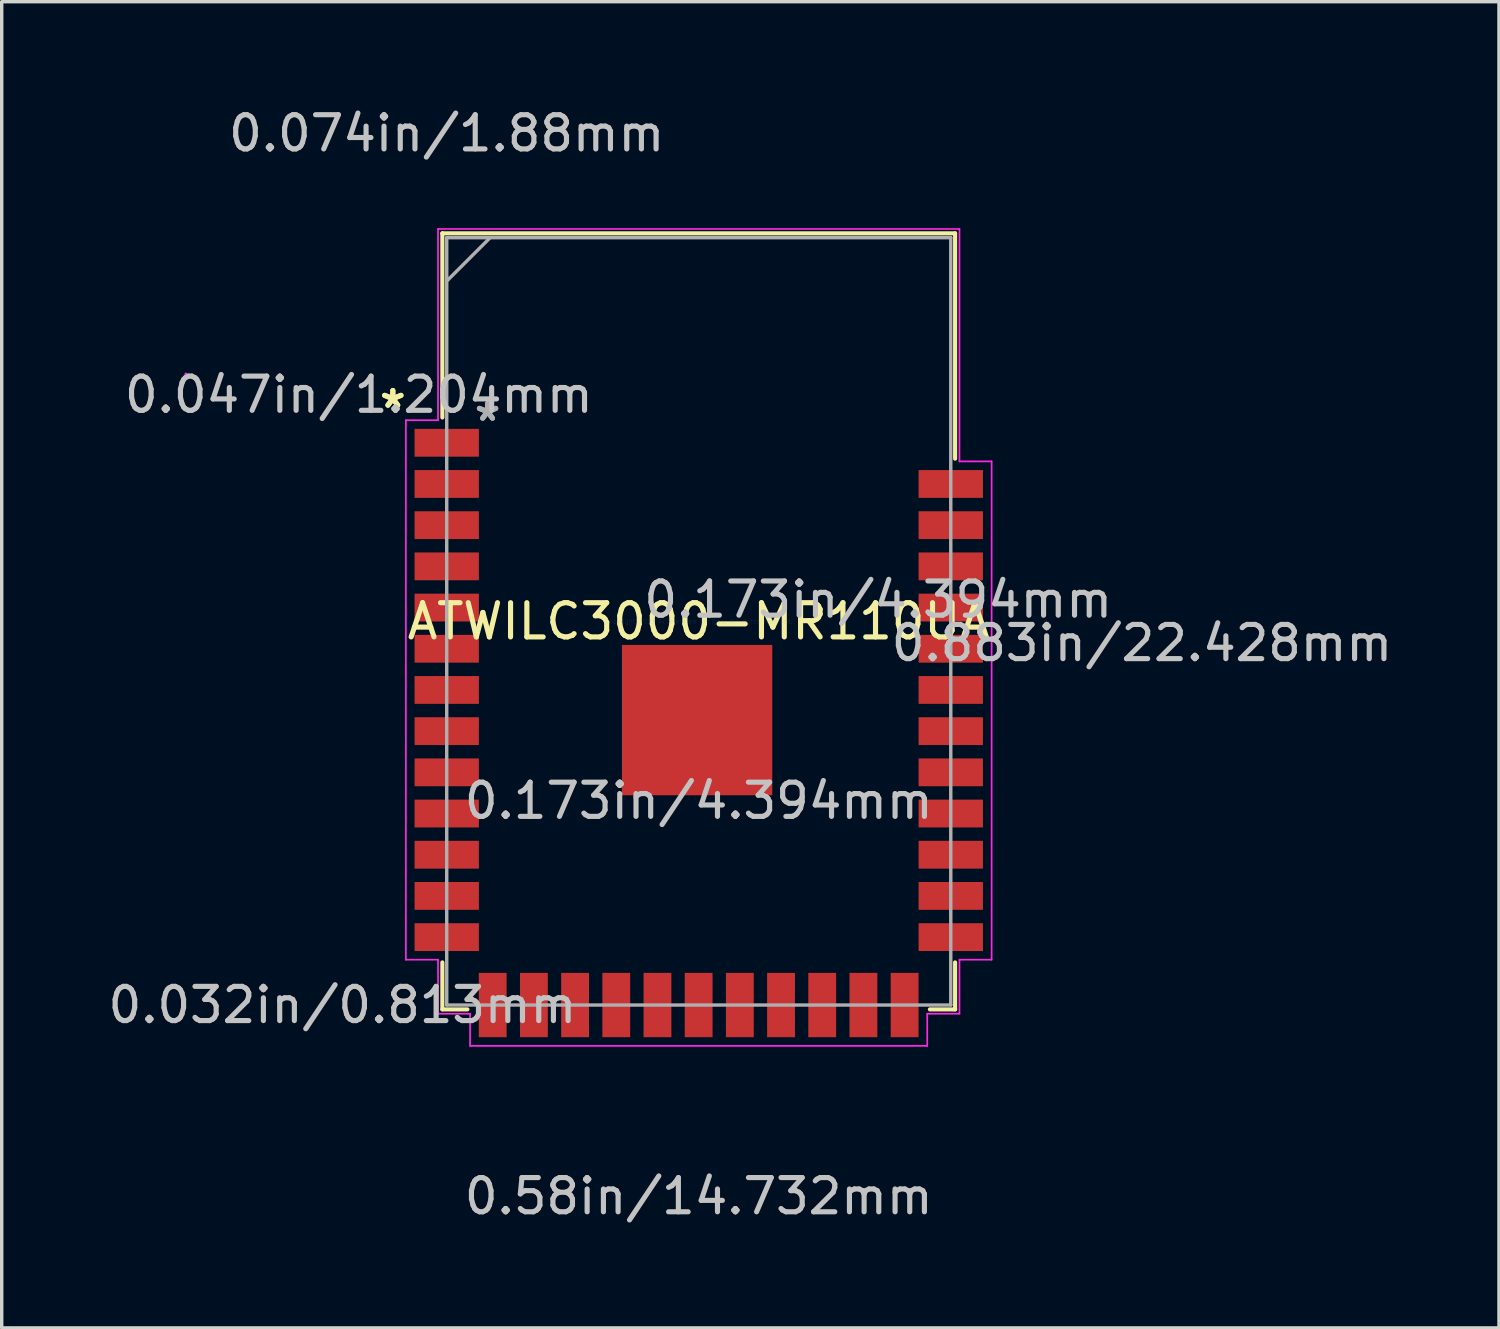
<source format=kicad_pcb>
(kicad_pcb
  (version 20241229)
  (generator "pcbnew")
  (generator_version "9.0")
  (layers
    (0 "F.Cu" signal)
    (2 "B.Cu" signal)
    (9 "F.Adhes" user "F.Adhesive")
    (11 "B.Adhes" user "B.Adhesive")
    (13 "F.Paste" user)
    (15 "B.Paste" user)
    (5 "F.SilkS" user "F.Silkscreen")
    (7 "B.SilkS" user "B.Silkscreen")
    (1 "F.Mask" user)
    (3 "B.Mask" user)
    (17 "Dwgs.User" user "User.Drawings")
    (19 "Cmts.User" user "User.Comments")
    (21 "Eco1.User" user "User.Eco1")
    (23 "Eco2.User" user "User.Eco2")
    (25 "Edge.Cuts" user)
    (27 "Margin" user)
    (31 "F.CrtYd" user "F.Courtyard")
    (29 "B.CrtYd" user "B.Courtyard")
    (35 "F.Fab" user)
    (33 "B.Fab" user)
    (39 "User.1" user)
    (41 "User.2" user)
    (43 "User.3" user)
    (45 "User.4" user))
  (footprint "ATWILC3000-MR110UA"
    (layer "F.Cu")
    (at 17.372 15.11)
    (property "Reference" "ATWILC3000-MR110UA" (at 0 0 0) (layer "F.SilkS") (effects (font (size 1 1) (thickness 0.15))))
    (attr through_hole)
    (fp_line (start -7.493 -11.341) (end -7.493 -5.958) (stroke (width 0.12) (type solid)) (layer "F.SilkS"))
    (fp_line (start -7.493 9.968) (end -7.493 11.341) (stroke (width 0.12) (type solid)) (layer "F.SilkS"))
    (fp_line (start -7.493 11.341) (end -6.761 11.341) (stroke (width 0.12) (type solid)) (layer "F.SilkS"))
    (fp_line (start 6.756 11.341) (end 7.493 11.341) (stroke (width 0.12) (type solid)) (layer "F.SilkS"))
    (fp_line (start 7.493 -11.341) (end -7.493 -11.341) (stroke (width 0.12) (type solid)) (layer "F.SilkS"))
    (fp_line (start 7.493 -4.754) (end 7.493 -11.341) (stroke (width 0.12) (type solid)) (layer "F.SilkS"))
    (fp_line (start 7.493 11.341) (end 7.493 9.968) (stroke (width 0.12) (type solid)) (layer "F.SilkS"))
    (fp_poly (pts (xy -2.145 0.789) (xy -2.145 2.054) (xy -0.88 2.054) (xy -0.88 0.789)) (stroke (width 0.1) (type solid)) (fill yes) (layer "F.Paste"))
    (fp_poly (pts (xy -2.145 2.254) (xy -2.145 3.518) (xy -0.88 3.518) (xy -0.88 2.254)) (stroke (width 0.1) (type solid)) (fill yes) (layer "F.Paste"))
    (fp_poly (pts (xy -2.145 3.718) (xy -2.145 4.983) (xy -0.88 4.983) (xy -0.88 3.718)) (stroke (width 0.1) (type solid)) (fill yes) (layer "F.Paste"))
    (fp_poly (pts (xy -0.68 0.789) (xy -0.68 2.054) (xy 0.584 2.054) (xy 0.584 0.789)) (stroke (width 0.1) (type solid)) (fill yes) (layer "F.Paste"))
    (fp_poly (pts (xy -0.68 2.254) (xy -0.68 3.518) (xy 0.584 3.518) (xy 0.584 2.254)) (stroke (width 0.1) (type solid)) (fill yes) (layer "F.Paste"))
    (fp_poly (pts (xy -0.68 3.718) (xy -0.68 4.983) (xy 0.584 4.983) (xy 0.584 3.718)) (stroke (width 0.1) (type solid)) (fill yes) (layer "F.Paste"))
    (fp_poly (pts (xy 0.784 0.789) (xy 0.784 2.054) (xy 2.049 2.054) (xy 2.049 0.789)) (stroke (width 0.1) (type solid)) (fill yes) (layer "F.Paste"))
    (fp_poly (pts (xy 0.784 2.254) (xy 0.784 3.518) (xy 2.049 3.518) (xy 2.049 2.254)) (stroke (width 0.1) (type solid)) (fill yes) (layer "F.Paste"))
    (fp_poly (pts (xy 0.784 3.718) (xy 0.784 4.983) (xy 2.049 4.983) (xy 2.049 3.718)) (stroke (width 0.1) (type solid)) (fill yes) (layer "F.Paste"))
    (fp_line (start -8.56 -5.879) (end -8.56 9.889) (stroke (width 0.05) (type solid)) (layer "F.CrtYd"))
    (fp_line (start -8.56 9.889) (end -7.62 9.889) (stroke (width 0.05) (type solid)) (layer "F.CrtYd"))
    (fp_line (start -7.62 -11.468) (end -7.62 -5.879) (stroke (width 0.05) (type solid)) (layer "F.CrtYd"))
    (fp_line (start -7.62 -5.879) (end -8.56 -5.879) (stroke (width 0.05) (type solid)) (layer "F.CrtYd"))
    (fp_line (start -7.62 9.889) (end -7.62 11.468) (stroke (width 0.05) (type solid)) (layer "F.CrtYd"))
    (fp_line (start -7.62 11.468) (end -6.683 11.468) (stroke (width 0.05) (type solid)) (layer "F.CrtYd"))
    (fp_line (start -6.683 11.468) (end -6.683 12.408) (stroke (width 0.05) (type solid)) (layer "F.CrtYd"))
    (fp_line (start -6.683 12.408) (end 6.678 12.408) (stroke (width 0.05) (type solid)) (layer "F.CrtYd"))
    (fp_line (start 6.678 11.468) (end 7.62 11.468) (stroke (width 0.05) (type solid)) (layer "F.CrtYd"))
    (fp_line (start 6.678 12.408) (end 6.678 11.468) (stroke (width 0.05) (type solid)) (layer "F.CrtYd"))
    (fp_line (start 7.62 -11.468) (end -7.62 -11.468) (stroke (width 0.05) (type solid)) (layer "F.CrtYd"))
    (fp_line (start 7.62 -4.675) (end 7.62 -11.468) (stroke (width 0.05) (type solid)) (layer "F.CrtYd"))
    (fp_line (start 7.62 9.889) (end 8.56 9.889) (stroke (width 0.05) (type solid)) (layer "F.CrtYd"))
    (fp_line (start 7.62 11.468) (end 7.62 9.889) (stroke (width 0.05) (type solid)) (layer "F.CrtYd"))
    (fp_line (start 8.56 -4.675) (end 7.62 -4.675) (stroke (width 0.05) (type solid)) (layer "F.CrtYd"))
    (fp_line (start 8.56 9.889) (end 8.56 -4.675) (stroke (width 0.05) (type solid)) (layer "F.CrtYd"))
    (fp_circle (center -14.986 -7.224) (end -14.986 -7.224) (stroke (width 0.05) (type solid)) (fill no) (layer "F.CrtYd"))
    (fp_line (start -7.366 -11.214) (end -7.366 11.214) (stroke (width 0.1) (type solid)) (layer "F.Fab"))
    (fp_line (start -7.366 -9.944) (end -6.096 -11.214) (stroke (width 0.1) (type solid)) (layer "F.Fab"))
    (fp_line (start -7.366 11.214) (end 7.366 11.214) (stroke (width 0.1) (type solid)) (layer "F.Fab"))
    (fp_line (start 7.366 -11.214) (end -7.366 -11.214) (stroke (width 0.1) (type solid)) (layer "F.Fab"))
    (fp_line (start 7.366 11.214) (end 7.366 -11.214) (stroke (width 0.1) (type solid)) (layer "F.Fab"))
    (fp_text user "*" (at -8.941 -6.202 0) (layer "F.SilkS") (effects (font (size 1 1) (thickness 0.15))))
    (fp_text user "*" (at -8.941 -6.202 0) (layer "F.SilkS") (effects (font (size 1 1) (thickness 0.15))))
    (fp_text user "0.883in/22.428mm" (at 12.954 0.635 0) (layer "Dwgs.User") (effects (font (size 1 1) (thickness 0.15))))
    (fp_text user "0.173in/4.394mm" (at 5.245 -0.635 0) (layer "Dwgs.User") (effects (font (size 1 1) (thickness 0.15))))
    (fp_text user "0.032in/0.813mm" (at -10.414 11.214 0) (layer "Dwgs.User") (effects (font (size 1 1) (thickness 0.15))))
    (fp_text user "0.047in/1.204mm" (at -9.934 -6.622 0) (layer "Dwgs.User") (effects (font (size 1 1) (thickness 0.15))))
    (fp_text user "0.58in/14.732mm" (at 0 16.802 0) (layer "Dwgs.User") (effects (font (size 1 1) (thickness 0.15))))
    (fp_text user "0.074in/1.88mm" (at -7.366 -14.262 0) (layer "Dwgs.User") (effects (font (size 1 1) (thickness 0.15))))
    (fp_text user "0.173in/4.394mm" (at 0 5.245 0) (layer "Dwgs.User") (effects (font (size 1 1) (thickness 0.15))))
    (fp_text user "Copyright 2021 Accelerated Designs. All rights reserved." (at 0 0 0) (layer "Cmts.User") (effects (font (size 0.127 0.127) (thickness 0.002))))
    (fp_text user "*" (at -6.172 -5.821 0) (layer "F.Fab") (effects (font (size 1 1) (thickness 0.15))))
    (fp_text user "*" (at -6.172 -5.821 0) (layer "F.Fab") (effects (font (size 1 1) (thickness 0.15))))
    (pad "1" smd rect (at -7.366 -5.219 90) (size 0.813 1.88) (layers "F.Cu" "F.Mask" "F.Paste"))
    (pad "2" smd rect (at -7.366 -4.015 90) (size 0.813 1.88) (layers "F.Cu" "F.Mask" "F.Paste"))
    (pad "3" smd rect (at -7.366 -2.811 90) (size 0.813 1.88) (layers "F.Cu" "F.Mask" "F.Paste"))
    (pad "4" smd rect (at -7.366 -1.607 90) (size 0.813 1.88) (layers "F.Cu" "F.Mask" "F.Paste"))
    (pad "5" smd rect (at -7.366 -0.403 90) (size 0.813 1.88) (layers "F.Cu" "F.Mask" "F.Paste"))
    (pad "6" smd rect (at -7.366 0.801 90) (size 0.813 1.88) (layers "F.Cu" "F.Mask" "F.Paste"))
    (pad "7" smd rect (at -7.366 2.005 90) (size 0.813 1.88) (layers "F.Cu" "F.Mask" "F.Paste"))
    (pad "8" smd rect (at -7.366 3.209 90) (size 0.813 1.88) (layers "F.Cu" "F.Mask" "F.Paste"))
    (pad "9" smd rect (at -7.366 4.413 90) (size 0.813 1.88) (layers "F.Cu" "F.Mask" "F.Paste"))
    (pad "10" smd rect (at -7.366 5.617 90) (size 0.813 1.88) (layers "F.Cu" "F.Mask" "F.Paste"))
    (pad "11" smd rect (at -7.366 6.821 90) (size 0.813 1.88) (layers "F.Cu" "F.Mask" "F.Paste"))
    (pad "12" smd rect (at -7.366 8.025 90) (size 0.813 1.88) (layers "F.Cu" "F.Mask" "F.Paste"))
    (pad "13" smd rect (at -7.366 9.229 90) (size 0.813 1.88) (layers "F.Cu" "F.Mask" "F.Paste"))
    (pad "14" smd rect (at -6.022 11.214) (size 0.813 1.88) (layers "F.Cu" "F.Mask" "F.Paste"))
    (pad "15" smd rect (at -4.818 11.214) (size 0.813 1.88) (layers "F.Cu" "F.Mask" "F.Paste"))
    (pad "16" smd rect (at -3.614 11.214) (size 0.813 1.88) (layers "F.Cu" "F.Mask" "F.Paste"))
    (pad "17" smd rect (at -2.41 11.214) (size 0.813 1.88) (layers "F.Cu" "F.Mask" "F.Paste"))
    (pad "18" smd rect (at -1.206 11.214) (size 0.813 1.88) (layers "F.Cu" "F.Mask" "F.Paste"))
    (pad "19" smd rect (at -0.003 11.214) (size 0.813 1.88) (layers "F.Cu" "F.Mask" "F.Paste"))
    (pad "20" smd rect (at 1.201 11.214) (size 0.813 1.88) (layers "F.Cu" "F.Mask" "F.Paste"))
    (pad "21" smd rect (at 2.405 11.214) (size 0.813 1.88) (layers "F.Cu" "F.Mask" "F.Paste"))
    (pad "22" smd rect (at 3.609 11.214) (size 0.813 1.88) (layers "F.Cu" "F.Mask" "F.Paste"))
    (pad "23" smd rect (at 4.813 11.214) (size 0.813 1.88) (layers "F.Cu" "F.Mask" "F.Paste"))
    (pad "24" smd rect (at 6.017 11.214) (size 0.813 1.88) (layers "F.Cu" "F.Mask" "F.Paste"))
    (pad "25" smd rect (at 7.366 9.229 90) (size 0.813 1.88) (layers "F.Cu" "F.Mask" "F.Paste"))
    (pad "26" smd rect (at 7.366 8.025 90) (size 0.813 1.88) (layers "F.Cu" "F.Mask" "F.Paste"))
    (pad "27" smd rect (at 7.366 6.821 90) (size 0.813 1.88) (layers "F.Cu" "F.Mask" "F.Paste"))
    (pad "28" smd rect (at 7.366 5.617 90) (size 0.813 1.88) (layers "F.Cu" "F.Mask" "F.Paste"))
    (pad "29" smd rect (at 7.366 4.413 90) (size 0.813 1.88) (layers "F.Cu" "F.Mask" "F.Paste"))
    (pad "30" smd rect (at 7.366 3.209 90) (size 0.813 1.88) (layers "F.Cu" "F.Mask" "F.Paste"))
    (pad "31" smd rect (at 7.366 2.005 90) (size 0.813 1.88) (layers "F.Cu" "F.Mask" "F.Paste"))
    (pad "32" smd rect (at 7.366 0.801 90) (size 0.813 1.88) (layers "F.Cu" "F.Mask" "F.Paste"))
    (pad "33" smd rect (at 7.366 -0.403 90) (size 0.813 1.88) (layers "F.Cu" "F.Mask" "F.Paste"))
    (pad "34" smd rect (at 7.366 -1.607 90) (size 0.813 1.88) (layers "F.Cu" "F.Mask" "F.Paste"))
    (pad "35" smd rect (at 7.366 -2.811 90) (size 0.813 1.88) (layers "F.Cu" "F.Mask" "F.Paste"))
    (pad "36" smd rect (at 7.366 -4.015 90) (size 0.813 1.88) (layers "F.Cu" "F.Mask" "F.Paste"))
    (pad "37" smd rect (at -0.048 2.886) (size 4.394 4.394) (layers "F.Cu" "F.Mask" "F.Paste")))
  (gr_rect
    (start -3 -3)
    (end 40.761 35.761)
    (stroke (width 0.1) (type default))
    (fill no)
    (layer "Edge.Cuts")))
</source>
